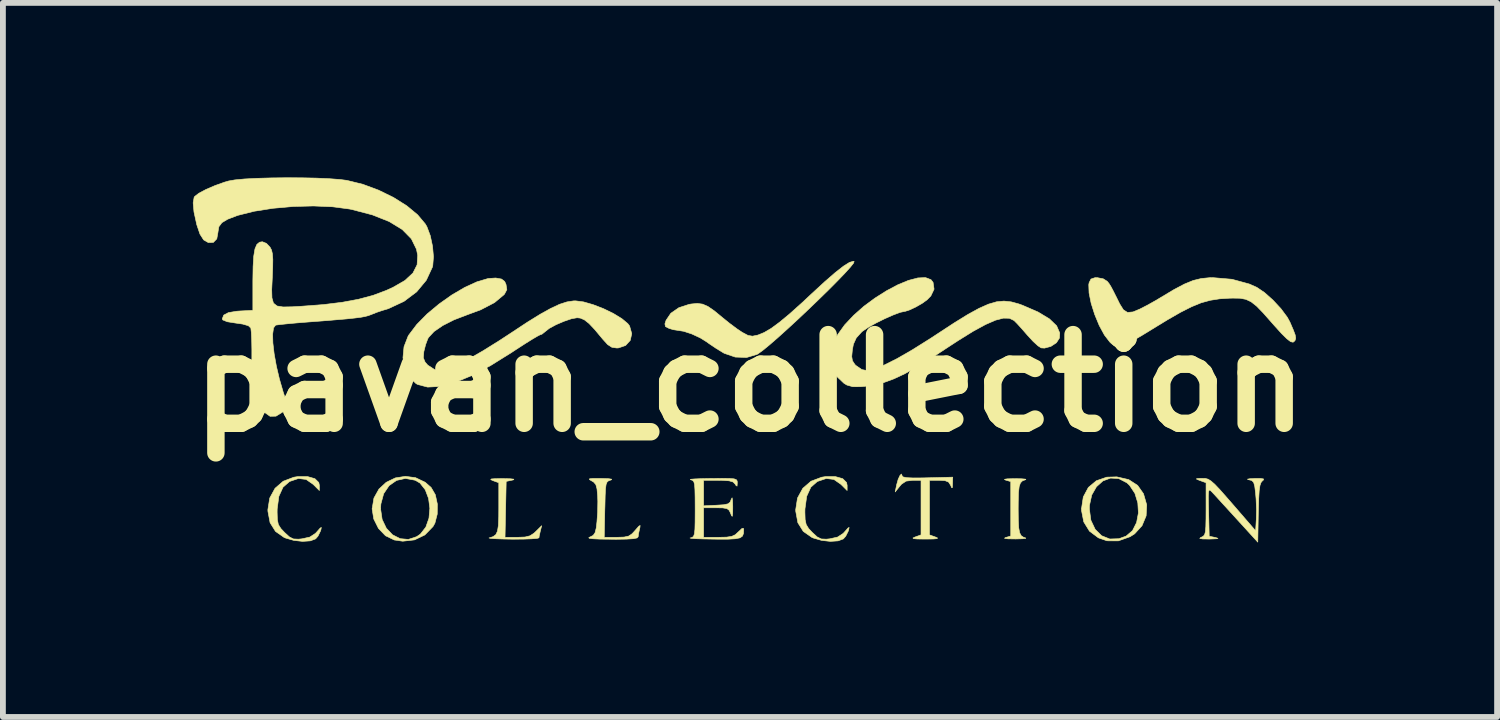
<source format=kicad_pcb>
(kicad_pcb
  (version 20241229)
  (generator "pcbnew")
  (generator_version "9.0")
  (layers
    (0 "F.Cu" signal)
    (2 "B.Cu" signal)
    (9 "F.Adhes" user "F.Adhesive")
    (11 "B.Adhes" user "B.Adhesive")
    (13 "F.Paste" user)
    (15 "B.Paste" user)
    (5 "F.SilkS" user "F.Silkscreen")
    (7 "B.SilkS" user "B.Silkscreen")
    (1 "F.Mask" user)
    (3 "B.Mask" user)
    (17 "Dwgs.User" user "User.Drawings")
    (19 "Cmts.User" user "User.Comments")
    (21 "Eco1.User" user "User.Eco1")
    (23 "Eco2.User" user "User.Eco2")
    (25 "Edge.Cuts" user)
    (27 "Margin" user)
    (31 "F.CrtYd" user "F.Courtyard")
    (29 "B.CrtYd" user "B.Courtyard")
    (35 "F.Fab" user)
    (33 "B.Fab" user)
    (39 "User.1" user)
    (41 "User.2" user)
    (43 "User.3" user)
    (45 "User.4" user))
  (footprint "pavan_collection"
    (layer "F.Cu")
    (at 9.841 3.536)
    (property "Reference" "pavan_collection" (at 0 0 0) (layer "F.SilkS") (effects (font (size 1.524 1.524) (thickness 0.3))))
    (attr exclude_from_pos_files exclude_from_bom)
    (fp_poly (pts (xy 4.667 1.643) (xy 4.733 1.649) (xy 4.741 1.658) (xy 4.735 1.659) (xy 4.683 1.678) (xy 4.648 1.713) (xy 4.626 1.776) (xy 4.614 1.88) (xy 4.61 2.037) (xy 4.609 2.159) (xy 4.611 2.353) (xy 4.618 2.486) (xy 4.634 2.571) (xy 4.661 2.622) (xy 4.702 2.649) (xy 4.735 2.659) (xy 4.739 2.667) (xy 4.682 2.674) (xy 4.576 2.677) (xy 4.554 2.677) (xy 4.433 2.675) (xy 4.375 2.667) (xy 4.384 2.655) (xy 4.391 2.653) (xy 4.481 2.627) (xy 4.481 1.691) (xy 4.391 1.665) (xy 4.372 1.652) (xy 4.422 1.644) (xy 4.535 1.641) (xy 4.554 1.641) (xy 4.667 1.643)) (stroke (width 0.01) (type solid)) (fill yes) (layer "F.SilkS"))
    (fp_poly (pts (xy -4.119 1.643) (xy -4.059 1.65) (xy -4.068 1.661) (xy -4.082 1.665) (xy -4.191 1.688) (xy -4.201 2.168) (xy -4.211 2.649) (xy -3.997 2.649) (xy -3.867 2.644) (xy -3.782 2.623) (xy -3.713 2.578) (xy -3.682 2.549) (xy -3.581 2.449) (xy -3.604 2.54) (xy -3.622 2.619) (xy -3.628 2.658) (xy -3.662 2.668) (xy -3.755 2.675) (xy -3.894 2.68) (xy -4.064 2.681) (xy -4.091 2.681) (xy -4.257 2.678) (xy -4.385 2.673) (xy -4.465 2.667) (xy -4.486 2.66) (xy -4.481 2.659) (xy -4.415 2.637) (xy -4.369 2.603) (xy -4.341 2.544) (xy -4.325 2.446) (xy -4.319 2.299) (xy -4.318 2.139) (xy -4.318 1.711) (xy -4.418 1.675) (xy -4.457 1.657) (xy -4.446 1.646) (xy -4.377 1.641) (xy -4.245 1.64) (xy -4.119 1.643)) (stroke (width 0.01) (type solid)) (fill yes) (layer "F.SilkS"))
    (fp_poly (pts (xy 2.612 1.586) (xy 2.613 1.591) (xy 2.631 1.611) (xy 2.691 1.624) (xy 2.802 1.629) (xy 2.973 1.628) (xy 3.048 1.626) (xy 3.484 1.615) (xy 3.481 1.724) (xy 3.478 1.794) (xy 3.467 1.798) (xy 3.446 1.751) (xy 3.412 1.699) (xy 3.351 1.675) (xy 3.249 1.669) (xy 3.084 1.669) (xy 3.084 2.607) (xy 3.184 2.643) (xy 3.223 2.661) (xy 3.213 2.672) (xy 3.145 2.678) (xy 3.013 2.679) (xy 3.012 2.679) (xy 2.879 2.678) (xy 2.811 2.672) (xy 2.8 2.661) (xy 2.839 2.643) (xy 2.839 2.643) (xy 2.939 2.607) (xy 2.939 1.669) (xy 2.797 1.669) (xy 2.683 1.683) (xy 2.603 1.736) (xy 2.575 1.769) (xy 2.495 1.869) (xy 2.521 1.742) (xy 2.546 1.653) (xy 2.576 1.588) (xy 2.601 1.561) (xy 2.612 1.586)) (stroke (width 0.01) (type solid)) (fill yes) (layer "F.SilkS"))
    (fp_poly (pts (xy 6.508 1.657) (xy 6.662 1.757) (xy 6.763 1.901) (xy 6.818 2.092) (xy 6.808 2.28) (xy 6.737 2.45) (xy 6.61 2.589) (xy 6.531 2.639) (xy 6.331 2.71) (xy 6.135 2.709) (xy 5.988 2.658) (xy 5.834 2.543) (xy 5.736 2.384) (xy 5.697 2.186) (xy 5.697 2.159) (xy 5.697 2.159) (xy 5.832 2.159) (xy 5.858 2.355) (xy 5.932 2.512) (xy 6.043 2.622) (xy 6.183 2.678) (xy 6.341 2.673) (xy 6.464 2.628) (xy 6.574 2.534) (xy 6.644 2.395) (xy 6.675 2.231) (xy 6.665 2.058) (xy 6.615 1.894) (xy 6.524 1.756) (xy 6.477 1.712) (xy 6.336 1.639) (xy 6.196 1.631) (xy 6.065 1.68) (xy 5.954 1.78) (xy 5.873 1.922) (xy 5.834 2.1) (xy 5.832 2.159) (xy 5.697 2.159) (xy 5.728 1.955) (xy 5.815 1.792) (xy 5.952 1.677) (xy 6.131 1.615) (xy 6.304 1.61) (xy 6.508 1.657)) (stroke (width 0.01) (type solid)) (fill yes) (layer "F.SilkS"))
    (fp_poly (pts (xy -5.749 1.624) (xy -5.582 1.704) (xy -5.481 1.793) (xy -5.409 1.917) (xy -5.374 2.078) (xy -5.376 2.25) (xy -5.416 2.405) (xy -5.449 2.464) (xy -5.589 2.608) (xy -5.766 2.693) (xy -5.969 2.716) (xy -6.114 2.695) (xy -6.265 2.622) (xy -6.386 2.496) (xy -6.467 2.334) (xy -6.495 2.161) (xy -6.495 2.159) (xy -6.35 2.159) (xy -6.323 2.342) (xy -6.251 2.493) (xy -6.144 2.606) (xy -6.014 2.672) (xy -5.872 2.685) (xy -5.73 2.638) (xy -5.666 2.594) (xy -5.572 2.474) (xy -5.518 2.32) (xy -5.503 2.15) (xy -5.525 1.981) (xy -5.582 1.831) (xy -5.673 1.716) (xy -5.756 1.668) (xy -5.923 1.637) (xy -6.076 1.671) (xy -6.204 1.761) (xy -6.297 1.899) (xy -6.345 2.076) (xy -6.35 2.159) (xy -6.495 2.159) (xy -6.464 1.974) (xy -6.378 1.82) (xy -6.252 1.703) (xy -6.096 1.628) (xy -5.924 1.601) (xy -5.749 1.624)) (stroke (width 0.01) (type solid)) (fill yes) (layer "F.SilkS"))
    (fp_poly (pts (xy -7.479 1.641) (xy -7.412 1.707) (xy -7.402 1.756) (xy -7.402 1.845) (xy -7.508 1.739) (xy -7.63 1.654) (xy -7.762 1.638) (xy -7.913 1.689) (xy -7.915 1.69) (xy -8.027 1.788) (xy -8.098 1.944) (xy -8.127 2.161) (xy -8.128 2.216) (xy -8.124 2.344) (xy -8.107 2.429) (xy -8.064 2.498) (xy -8 2.566) (xy -7.916 2.643) (xy -7.848 2.677) (xy -7.761 2.681) (xy -7.702 2.675) (xy -7.566 2.645) (xy -7.47 2.582) (xy -7.444 2.554) (xy -7.387 2.49) (xy -7.368 2.479) (xy -7.376 2.52) (xy -7.383 2.541) (xy -7.426 2.629) (xy -7.467 2.676) (xy -7.558 2.71) (xy -7.69 2.719) (xy -7.841 2.702) (xy -7.984 2.661) (xy -8.008 2.651) (xy -8.156 2.547) (xy -8.249 2.398) (xy -8.286 2.203) (xy -8.287 2.174) (xy -8.255 1.974) (xy -8.164 1.807) (xy -8.023 1.685) (xy -7.841 1.616) (xy -7.777 1.606) (xy -7.602 1.606) (xy -7.479 1.641)) (stroke (width 0.01) (type solid)) (fill yes) (layer "F.SilkS"))
    (fp_poly (pts (xy 1.593 1.641) (xy 1.659 1.707) (xy 1.669 1.756) (xy 1.669 1.845) (xy 1.563 1.739) (xy 1.441 1.654) (xy 1.31 1.638) (xy 1.158 1.689) (xy 1.156 1.69) (xy 1.045 1.788) (xy 0.974 1.944) (xy 0.944 2.161) (xy 0.943 2.216) (xy 0.947 2.344) (xy 0.965 2.429) (xy 1.007 2.498) (xy 1.071 2.566) (xy 1.155 2.643) (xy 1.224 2.677) (xy 1.311 2.681) (xy 1.37 2.675) (xy 1.505 2.645) (xy 1.601 2.582) (xy 1.627 2.554) (xy 1.684 2.49) (xy 1.703 2.479) (xy 1.695 2.52) (xy 1.689 2.541) (xy 1.645 2.629) (xy 1.604 2.676) (xy 1.514 2.71) (xy 1.381 2.719) (xy 1.231 2.702) (xy 1.088 2.661) (xy 1.064 2.651) (xy 0.915 2.547) (xy 0.822 2.398) (xy 0.786 2.203) (xy 0.785 2.174) (xy 0.816 1.974) (xy 0.907 1.807) (xy 1.048 1.685) (xy 1.231 1.616) (xy 1.295 1.606) (xy 1.469 1.606) (xy 1.593 1.641)) (stroke (width 0.01) (type solid)) (fill yes) (layer "F.SilkS"))
    (fp_poly (pts (xy -2.558 1.637) (xy -2.434 1.641) (xy -2.377 1.65) (xy -2.389 1.664) (xy -2.395 1.665) (xy -2.432 1.678) (xy -2.457 1.699) (xy -2.474 1.741) (xy -2.484 1.815) (xy -2.49 1.935) (xy -2.494 2.113) (xy -2.496 2.17) (xy -2.506 2.649) (xy -2.29 2.649) (xy -2.165 2.645) (xy -2.086 2.628) (xy -2.026 2.587) (xy -1.975 2.531) (xy -1.914 2.461) (xy -1.889 2.445) (xy -1.892 2.477) (xy -1.898 2.504) (xy -1.917 2.591) (xy -1.923 2.64) (xy -1.942 2.66) (xy -2.006 2.673) (xy -2.123 2.68) (xy -2.301 2.683) (xy -2.386 2.682) (xy -2.577 2.68) (xy -2.701 2.674) (xy -2.764 2.666) (xy -2.771 2.653) (xy -2.751 2.644) (xy -2.696 2.616) (xy -2.664 2.571) (xy -2.643 2.488) (xy -2.631 2.384) (xy -2.619 2.215) (xy -2.616 2.032) (xy -2.619 1.942) (xy -2.63 1.817) (xy -2.65 1.743) (xy -2.688 1.699) (xy -2.721 1.68) (xy -2.761 1.656) (xy -2.758 1.643) (xy -2.702 1.637) (xy -2.584 1.637) (xy -2.558 1.637)) (stroke (width 0.01) (type solid)) (fill yes) (layer "F.SilkS"))
    (fp_poly (pts (xy 1.789 -2.093) (xy 1.779 -2.063) (xy 1.723 -1.993) (xy 1.628 -1.888) (xy 1.5 -1.755) (xy 1.349 -1.603) (xy 1.18 -1.438) (xy 1.001 -1.266) (xy 0.82 -1.095) (xy 0.644 -0.933) (xy 0.48 -0.785) (xy 0.336 -0.66) (xy 0.219 -0.564) (xy 0.137 -0.505) (xy 0.12 -0.495) (xy -0.059 -0.442) (xy -0.255 -0.449) (xy -0.444 -0.514) (xy -0.461 -0.524) (xy -0.585 -0.6) (xy -0.707 -0.682) (xy -0.736 -0.704) (xy -0.856 -0.779) (xy -1 -0.846) (xy -1.14 -0.892) (xy -1.236 -0.907) (xy -1.32 -0.92) (xy -1.392 -0.942) (xy -1.453 -0.973) (xy -1.463 -1.019) (xy -1.443 -1.081) (xy -1.361 -1.202) (xy -1.224 -1.297) (xy -1.047 -1.355) (xy -1.011 -1.361) (xy -0.906 -1.371) (xy -0.816 -1.359) (xy -0.724 -1.319) (xy -0.615 -1.244) (xy -0.472 -1.126) (xy -0.348 -1.026) (xy -0.223 -0.933) (xy -0.133 -0.873) (xy -0.035 -0.821) (xy 0.042 -0.808) (xy 0.135 -0.827) (xy 0.14 -0.829) (xy 0.243 -0.871) (xy 0.364 -0.942) (xy 0.509 -1.049) (xy 0.685 -1.195) (xy 0.899 -1.387) (xy 1.055 -1.533) (xy 1.283 -1.743) (xy 1.466 -1.902) (xy 1.607 -2.012) (xy 1.709 -2.076) (xy 1.775 -2.095) (xy 1.789 -2.093)) (stroke (width 0.01) (type solid)) (fill yes) (layer "F.SilkS"))
    (fp_poly (pts (xy 7.825 1.637) (xy 7.873 1.65) (xy 7.924 1.682) (xy 7.99 1.74) (xy 8.078 1.833) (xy 8.197 1.968) (xy 8.299 2.085) (xy 8.69 2.537) (xy 8.702 2.33) (xy 8.705 2.171) (xy 8.698 1.992) (xy 8.69 1.898) (xy 8.675 1.774) (xy 8.656 1.705) (xy 8.623 1.672) (xy 8.57 1.659) (xy 8.548 1.65) (xy 8.591 1.642) (xy 8.67 1.638) (xy 8.78 1.638) (xy 8.827 1.646) (xy 8.823 1.665) (xy 8.807 1.678) (xy 8.782 1.708) (xy 8.764 1.76) (xy 8.751 1.847) (xy 8.743 1.981) (xy 8.738 2.172) (xy 8.736 2.228) (xy 8.727 2.732) (xy 8.366 2.336) (xy 8.233 2.19) (xy 8.112 2.058) (xy 8.015 1.951) (xy 7.951 1.882) (xy 7.939 1.869) (xy 7.91 1.841) (xy 7.891 1.837) (xy 7.881 1.868) (xy 7.877 1.943) (xy 7.879 2.074) (xy 7.882 2.213) (xy 7.892 2.63) (xy 8.001 2.653) (xy 8.042 2.666) (xy 8.017 2.674) (xy 7.923 2.678) (xy 7.892 2.679) (xy 7.778 2.677) (xy 7.73 2.669) (xy 7.742 2.654) (xy 7.756 2.648) (xy 7.79 2.631) (xy 7.813 2.603) (xy 7.827 2.552) (xy 7.834 2.465) (xy 7.837 2.33) (xy 7.838 2.163) (xy 7.838 1.711) (xy 7.738 1.675) (xy 7.677 1.651) (xy 7.675 1.64) (xy 7.739 1.636) (xy 7.773 1.636) (xy 7.825 1.637)) (stroke (width 0.01) (type solid)) (fill yes) (layer "F.SilkS"))
    (fp_poly (pts (xy 6.071 -1.794) (xy 6.139 -1.751) (xy 6.17 -1.713) (xy 6.201 -1.664) (xy 6.241 -1.589) (xy 6.299 -1.474) (xy 6.353 -1.364) (xy 6.417 -1.261) (xy 6.488 -1.216) (xy 6.583 -1.225) (xy 6.698 -1.273) (xy 6.834 -1.343) (xy 6.987 -1.429) (xy 7.066 -1.477) (xy 7.287 -1.609) (xy 7.465 -1.703) (xy 7.616 -1.765) (xy 7.755 -1.799) (xy 7.898 -1.813) (xy 7.955 -1.814) (xy 8.283 -1.786) (xy 8.58 -1.705) (xy 8.709 -1.648) (xy 8.842 -1.558) (xy 8.988 -1.428) (xy 9.126 -1.279) (xy 9.235 -1.132) (xy 9.28 -1.049) (xy 9.338 -0.914) (xy 9.37 -0.829) (xy 9.379 -0.775) (xy 9.369 -0.738) (xy 9.362 -0.727) (xy 9.334 -0.704) (xy 9.291 -0.714) (xy 9.227 -0.763) (xy 9.133 -0.856) (xy 9.004 -0.999) (xy 8.96 -1.049) (xy 8.817 -1.211) (xy 8.706 -1.325) (xy 8.612 -1.399) (xy 8.523 -1.441) (xy 8.424 -1.46) (xy 8.301 -1.462) (xy 8.245 -1.461) (xy 8.07 -1.45) (xy 7.911 -1.425) (xy 7.754 -1.382) (xy 7.588 -1.314) (xy 7.398 -1.218) (xy 7.172 -1.088) (xy 6.974 -0.967) (xy 6.757 -0.834) (xy 6.592 -0.737) (xy 6.47 -0.672) (xy 6.38 -0.637) (xy 6.313 -0.629) (xy 6.26 -0.645) (xy 6.211 -0.681) (xy 6.184 -0.707) (xy 6.091 -0.828) (xy 6.002 -0.992) (xy 5.924 -1.181) (xy 5.863 -1.373) (xy 5.827 -1.551) (xy 5.822 -1.693) (xy 5.828 -1.727) (xy 5.86 -1.79) (xy 5.928 -1.813) (xy 5.967 -1.814) (xy 6.071 -1.794)) (stroke (width 0.01) (type solid)) (fill yes) (layer "F.SilkS"))
    (fp_poly (pts (xy -0.351 1.638) (xy -0.275 1.644) (xy -0.236 1.658) (xy -0.221 1.681) (xy -0.219 1.714) (xy -0.223 1.769) (xy -0.242 1.757) (xy -0.257 1.733) (xy -0.292 1.698) (xy -0.359 1.678) (xy -0.473 1.67) (xy -0.546 1.669) (xy -0.798 1.669) (xy -0.798 2.108) (xy -0.573 2.097) (xy -0.448 2.089) (xy -0.377 2.073) (xy -0.34 2.042) (xy -0.323 1.996) (xy -0.308 1.97) (xy -0.3 2.016) (xy -0.297 2.123) (xy -0.298 2.237) (xy -0.304 2.287) (xy -0.317 2.28) (xy -0.332 2.241) (xy -0.358 2.185) (xy -0.398 2.155) (xy -0.47 2.143) (xy -0.584 2.141) (xy -0.798 2.141) (xy -0.798 2.649) (xy -0.543 2.649) (xy -0.403 2.646) (xy -0.315 2.633) (xy -0.254 2.605) (xy -0.199 2.554) (xy -0.198 2.553) (xy -0.137 2.496) (xy -0.111 2.497) (xy -0.109 2.514) (xy -0.112 2.581) (xy -0.13 2.628) (xy -0.172 2.658) (xy -0.251 2.674) (xy -0.376 2.681) (xy -0.56 2.681) (xy -0.63 2.68) (xy -0.798 2.677) (xy -0.928 2.673) (xy -1.009 2.667) (xy -1.031 2.661) (xy -1.025 2.66) (xy -0.992 2.65) (xy -0.97 2.63) (xy -0.955 2.587) (xy -0.947 2.509) (xy -0.944 2.384) (xy -0.943 2.2) (xy -0.943 2.159) (xy -0.944 1.963) (xy -0.947 1.829) (xy -0.953 1.743) (xy -0.966 1.694) (xy -0.987 1.67) (xy -1.018 1.66) (xy -1.025 1.658) (xy -1.023 1.652) (xy -0.959 1.646) (xy -0.844 1.641) (xy -0.688 1.638) (xy -0.662 1.638) (xy -0.477 1.636) (xy -0.351 1.638)) (stroke (width 0.01) (type solid)) (fill yes) (layer "F.SilkS"))
    (fp_poly (pts (xy -4.271 -1.79) (xy -4.217 -1.748) (xy -4.194 -1.697) (xy -4.18 -1.608) (xy -4.219 -1.533) (xy -4.23 -1.52) (xy -4.392 -1.385) (xy -4.626 -1.263) (xy -4.866 -1.174) (xy -5.088 -1.089) (xy -5.281 -0.991) (xy -5.431 -0.888) (xy -5.525 -0.787) (xy -5.539 -0.762) (xy -5.576 -0.663) (xy -5.606 -0.545) (xy -5.607 -0.537) (xy -5.615 -0.436) (xy -5.585 -0.363) (xy -5.539 -0.31) (xy -5.418 -0.232) (xy -5.332 -0.218) (xy -5.218 -0.24) (xy -5.053 -0.306) (xy -4.842 -0.412) (xy -4.59 -0.556) (xy -4.303 -0.735) (xy -4.1 -0.868) (xy -3.829 -1.047) (xy -3.606 -1.185) (xy -3.424 -1.286) (xy -3.274 -1.356) (xy -3.147 -1.397) (xy -3.035 -1.414) (xy -2.998 -1.415) (xy -2.861 -1.397) (xy -2.695 -1.349) (xy -2.517 -1.28) (xy -2.347 -1.197) (xy -2.203 -1.109) (xy -2.101 -1.024) (xy -2.07 -0.983) (xy -2.033 -0.851) (xy -2.059 -0.735) (xy -2.139 -0.648) (xy -2.262 -0.606) (xy -2.293 -0.605) (xy -2.374 -0.617) (xy -2.447 -0.664) (xy -2.534 -0.76) (xy -2.538 -0.765) (xy -2.668 -0.921) (xy -2.767 -1.026) (xy -2.847 -1.089) (xy -2.917 -1.119) (xy -2.972 -1.125) (xy -3.068 -1.108) (xy -3.197 -1.064) (xy -3.333 -1.006) (xy -3.45 -0.943) (xy -3.522 -0.886) (xy -3.523 -0.885) (xy -3.577 -0.842) (xy -3.601 -0.835) (xy -3.642 -0.815) (xy -3.733 -0.762) (xy -3.86 -0.683) (xy -4.013 -0.584) (xy -4.098 -0.528) (xy -4.459 -0.303) (xy -4.786 -0.13) (xy -5.077 -0.01) (xy -5.329 0.056) (xy -5.541 0.067) (xy -5.71 0.023) (xy -5.739 0.008) (xy -5.858 -0.105) (xy -5.934 -0.259) (xy -5.965 -0.439) (xy -5.947 -0.627) (xy -5.878 -0.805) (xy -5.864 -0.829) (xy -5.728 -1.009) (xy -5.551 -1.189) (xy -5.346 -1.36) (xy -5.127 -1.515) (xy -4.904 -1.646) (xy -4.692 -1.743) (xy -4.502 -1.799) (xy -4.371 -1.808) (xy -4.271 -1.79)) (stroke (width 0.01) (type solid)) (fill yes) (layer "F.SilkS"))
    (fp_poly (pts (xy 3.11 -1.779) (xy 3.146 -1.733) (xy 3.163 -1.616) (xy 3.108 -1.5) (xy 3.043 -1.433) (xy 2.958 -1.372) (xy 2.85 -1.31) (xy 2.744 -1.26) (xy 2.667 -1.235) (xy 2.657 -1.234) (xy 2.578 -1.217) (xy 2.457 -1.171) (xy 2.312 -1.107) (xy 2.165 -1.034) (xy 2.033 -0.96) (xy 1.937 -0.896) (xy 1.918 -0.88) (xy 1.826 -0.778) (xy 1.777 -0.67) (xy 1.759 -0.575) (xy 1.748 -0.459) (xy 1.76 -0.385) (xy 1.802 -0.322) (xy 1.817 -0.306) (xy 1.922 -0.234) (xy 2.004 -0.218) (xy 2.128 -0.241) (xy 2.303 -0.31) (xy 2.527 -0.422) (xy 2.794 -0.576) (xy 3.103 -0.77) (xy 3.228 -0.852) (xy 3.509 -1.036) (xy 3.742 -1.18) (xy 3.935 -1.286) (xy 4.097 -1.358) (xy 4.237 -1.399) (xy 4.364 -1.411) (xy 4.488 -1.398) (xy 4.617 -1.363) (xy 4.681 -1.34) (xy 4.949 -1.224) (xy 5.145 -1.106) (xy 5.27 -0.986) (xy 5.323 -0.863) (xy 5.318 -0.776) (xy 5.266 -0.695) (xy 5.17 -0.632) (xy 5.061 -0.603) (xy 5.003 -0.607) (xy 4.948 -0.643) (xy 4.865 -0.719) (xy 4.772 -0.82) (xy 4.764 -0.829) (xy 4.671 -0.936) (xy 4.59 -1.025) (xy 4.538 -1.077) (xy 4.536 -1.078) (xy 4.458 -1.116) (xy 4.354 -1.118) (xy 4.219 -1.083) (xy 4.049 -1.009) (xy 3.836 -0.893) (xy 3.578 -0.733) (xy 3.414 -0.626) (xy 3.119 -0.433) (xy 2.87 -0.28) (xy 2.659 -0.162) (xy 2.473 -0.075) (xy 2.304 -0.013) (xy 2.139 0.029) (xy 1.97 0.054) (xy 1.905 0.06) (xy 1.768 0.061) (xy 1.665 0.032) (xy 1.615 0.002) (xy 1.475 -0.131) (xy 1.398 -0.295) (xy 1.383 -0.483) (xy 1.432 -0.686) (xy 1.506 -0.834) (xy 1.626 -1.001) (xy 1.779 -1.164) (xy 1.955 -1.32) (xy 2.147 -1.462) (xy 2.344 -1.587) (xy 2.538 -1.69) (xy 2.721 -1.766) (xy 2.883 -1.809) (xy 3.016 -1.815) (xy 3.11 -1.779)) (stroke (width 0.01) (type solid)) (fill yes) (layer "F.SilkS"))
    (fp_poly (pts (xy -7.712 -3.53) (xy -7.462 -3.525) (xy -7.236 -3.515) (xy -7.049 -3.501) (xy -6.931 -3.486) (xy -6.657 -3.419) (xy -6.385 -3.318) (xy -6.129 -3.193) (xy -5.9 -3.049) (xy -5.714 -2.895) (xy -5.582 -2.738) (xy -5.554 -2.69) (xy -5.496 -2.536) (xy -5.457 -2.354) (xy -5.441 -2.173) (xy -5.453 -2.022) (xy -5.459 -1.996) (xy -5.564 -1.77) (xy -5.729 -1.571) (xy -5.948 -1.406) (xy -6.212 -1.283) (xy -6.332 -1.246) (xy -6.418 -1.217) (xy -6.513 -1.179) (xy -6.559 -1.162) (xy -6.614 -1.147) (xy -6.689 -1.133) (xy -6.792 -1.12) (xy -6.932 -1.105) (xy -7.12 -1.089) (xy -7.363 -1.069) (xy -7.602 -1.051) (xy -7.789 -1.036) (xy -7.952 -1.021) (xy -8.076 -1.008) (xy -8.146 -0.999) (xy -8.155 -0.997) (xy -8.19 -0.949) (xy -8.205 -0.843) (xy -8.201 -0.691) (xy -8.179 -0.504) (xy -8.141 -0.293) (xy -8.088 -0.069) (xy -8.023 0.155) (xy -7.997 0.232) (xy -7.934 0.41) (xy -8.033 0.496) (xy -8.148 0.567) (xy -8.249 0.569) (xy -8.343 0.503) (xy -8.403 0.422) (xy -8.468 0.31) (xy -8.491 0.265) (xy -8.522 0.19) (xy -8.543 0.11) (xy -8.555 0.011) (xy -8.561 -0.123) (xy -8.562 -0.308) (xy -8.562 -0.393) (xy -8.562 -0.579) (xy -8.565 -0.743) (xy -8.571 -0.869) (xy -8.579 -0.941) (xy -8.581 -0.949) (xy -8.623 -0.988) (xy -8.72 -1.016) (xy -8.838 -1.033) (xy -8.984 -1.056) (xy -9.06 -1.086) (xy -9.071 -1.105) (xy -9.046 -1.17) (xy -8.965 -1.213) (xy -8.821 -1.237) (xy -8.762 -1.241) (xy -8.545 -1.252) (xy -8.545 -1.76) (xy -8.541 -2.004) (xy -8.53 -2.183) (xy -8.509 -2.308) (xy -8.476 -2.385) (xy -8.43 -2.423) (xy -8.382 -2.431) (xy -8.312 -2.403) (xy -8.25 -2.338) (xy -8.224 -2.288) (xy -8.209 -2.223) (xy -8.202 -2.128) (xy -8.204 -1.989) (xy -8.211 -1.813) (xy -8.221 -1.608) (xy -8.217 -1.466) (xy -8.191 -1.376) (xy -8.13 -1.327) (xy -8.026 -1.31) (xy -7.867 -1.313) (xy -7.715 -1.322) (xy -7.331 -1.351) (xy -7.006 -1.391) (xy -6.727 -1.443) (xy -6.48 -1.509) (xy -6.253 -1.594) (xy -6.139 -1.646) (xy -5.932 -1.765) (xy -5.794 -1.893) (xy -5.722 -2.035) (xy -5.712 -2.198) (xy -5.733 -2.303) (xy -5.821 -2.482) (xy -5.977 -2.641) (xy -6.201 -2.778) (xy -6.491 -2.893) (xy -6.846 -2.986) (xy -6.886 -2.994) (xy -7.173 -3.032) (xy -7.502 -3.046) (xy -7.852 -3.037) (xy -8.2 -3.006) (xy -8.524 -2.955) (xy -8.802 -2.885) (xy -8.817 -2.88) (xy -8.977 -2.819) (xy -9.077 -2.759) (xy -9.129 -2.69) (xy -9.144 -2.601) (xy -9.144 -2.598) (xy -9.165 -2.481) (xy -9.225 -2.419) (xy -9.311 -2.417) (xy -9.391 -2.463) (xy -9.454 -2.562) (xy -9.509 -2.724) (xy -9.51 -2.729) (xy -9.557 -2.943) (xy -9.571 -3.1) (xy -9.554 -3.196) (xy -9.545 -3.209) (xy -9.474 -3.264) (xy -9.352 -3.329) (xy -9.197 -3.396) (xy -9.029 -3.456) (xy -8.963 -3.475) (xy -8.855 -3.494) (xy -8.688 -3.51) (xy -8.476 -3.521) (xy -8.234 -3.528) (xy -7.974 -3.531) (xy -7.712 -3.53)) (stroke (width 0.01) (type solid)) (fill yes) (layer "F.SilkS")))
  (gr_rect
    (start -3 -3)
    (end 22.681 9.273)
    (stroke (width 0.1) (type default))
    (fill no)
    (layer "Edge.Cuts")))
</source>
